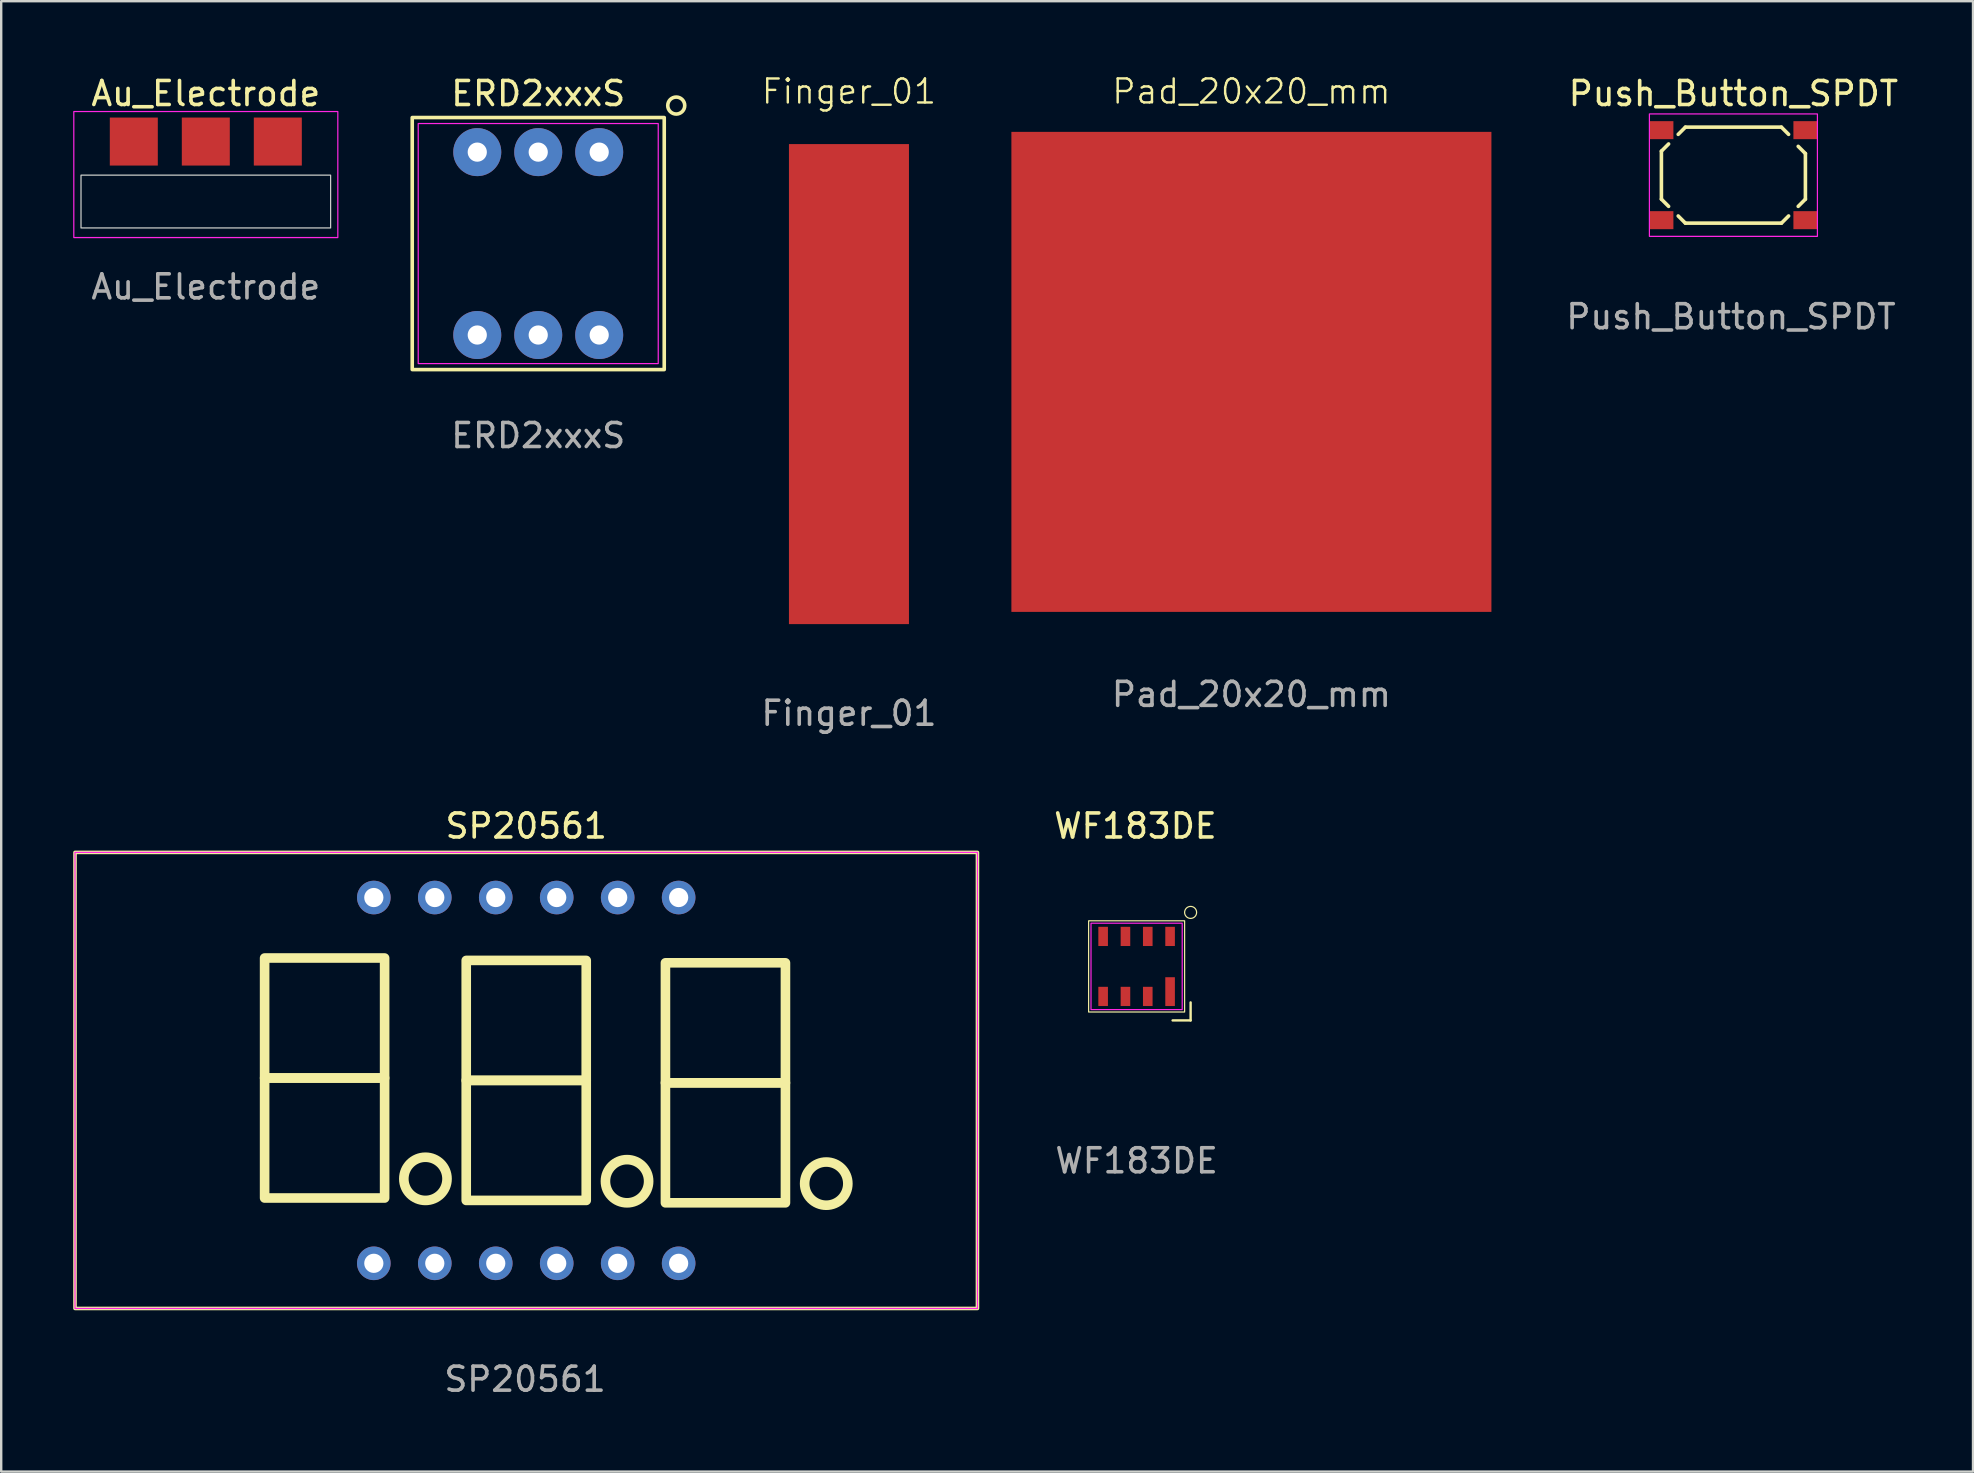
<source format=kicad_pcb>
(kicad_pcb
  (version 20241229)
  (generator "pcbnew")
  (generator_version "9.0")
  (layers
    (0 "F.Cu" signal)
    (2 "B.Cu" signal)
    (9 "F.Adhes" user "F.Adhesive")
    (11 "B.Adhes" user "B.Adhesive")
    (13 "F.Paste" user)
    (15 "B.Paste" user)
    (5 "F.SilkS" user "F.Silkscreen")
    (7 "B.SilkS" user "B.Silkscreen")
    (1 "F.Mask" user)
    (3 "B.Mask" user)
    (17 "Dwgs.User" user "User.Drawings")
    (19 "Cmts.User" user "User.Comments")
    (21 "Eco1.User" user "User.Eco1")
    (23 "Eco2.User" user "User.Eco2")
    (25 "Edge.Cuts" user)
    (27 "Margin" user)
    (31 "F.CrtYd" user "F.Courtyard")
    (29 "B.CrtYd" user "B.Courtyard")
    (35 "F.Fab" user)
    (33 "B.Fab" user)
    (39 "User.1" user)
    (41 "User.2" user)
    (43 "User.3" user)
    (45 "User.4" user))
  (footprint "Push_Button_SPDT"
    (layer "F.Cu")
    (at 69.171 4.248)
    (property "Reference" "Push_Button_SPDT" (at 0 -3.4 0) (unlocked yes) (layer "F.SilkS") (effects (font (size 1 1) (thickness 0.15))))
    (attr smd)
    (fp_line (start -3 -1) (end -2.7 -1.3) (stroke (width 0.15) (type default)) (layer "F.SilkS"))
    (fp_line (start -3 1) (end -3 -1) (stroke (width 0.15) (type default)) (layer "F.SilkS"))
    (fp_line (start -3 1) (end -2.7 1.3) (stroke (width 0.15) (type default)) (layer "F.SilkS"))
    (fp_line (start -2 -2) (end -2.3 -1.7) (stroke (width 0.15) (type default)) (layer "F.SilkS"))
    (fp_line (start -2 -2) (end 2 -2) (stroke (width 0.15) (type default)) (layer "F.SilkS"))
    (fp_line (start -2 2) (end -2.3 1.7) (stroke (width 0.15) (type default)) (layer "F.SilkS"))
    (fp_line (start 2 -2) (end 2.3 -1.7) (stroke (width 0.15) (type default)) (layer "F.SilkS"))
    (fp_line (start 2 2) (end -2 2) (stroke (width 0.15) (type default)) (layer "F.SilkS"))
    (fp_line (start 2 2) (end 2.3 1.7) (stroke (width 0.15) (type default)) (layer "F.SilkS"))
    (fp_line (start 3 -0.9) (end 2.7 -1.2) (stroke (width 0.15) (type default)) (layer "F.SilkS"))
    (fp_line (start 3 -0.9) (end 3 1) (stroke (width 0.15) (type default)) (layer "F.SilkS"))
    (fp_line (start 3 1) (end 2.7 1.3) (stroke (width 0.15) (type default)) (layer "F.SilkS"))
    (fp_rect (start -3.5 -2.55) (end 3.5 2.55) (stroke (width 0.05) (type default)) (fill no) (layer "F.CrtYd"))
    (fp_text user "${REFERENCE}" (at -0.1 5.9 0) (unlocked yes) (layer "F.Fab") (effects (font (size 1 1) (thickness 0.15))))
    (pad "1" smd rect (at -3 -1.875) (size 1 0.75) (layers "F.Cu" "F.Mask" "F.Paste"))
    (pad "2" smd rect (at 3 -1.875) (size 1 0.75) (layers "F.Cu" "F.Mask" "F.Paste"))
    (pad "3" smd rect (at -3 1.875) (size 1 0.75) (layers "F.Cu" "F.Mask" "F.Paste"))
    (pad "4" smd rect (at 3 1.875) (size 1 0.75) (layers "F.Cu" "F.Mask" "F.Paste")))
  (footprint "WF183DE"
    (layer "F.Cu")
    (at 44.306 37.215)
    (property "Reference" "WF183DE" (at -0.05 -5.85 0) (unlocked yes) (layer "F.SilkS") (effects (font (size 1 1) (thickness 0.15))))
    (attr smd)
    (fp_line (start 1.5 2.25) (end 2.25 2.25) (stroke (width 0.1) (type default)) (layer "F.SilkS"))
    (fp_line (start 2.25 2.25) (end 2.25 1.5) (stroke (width 0.1) (type default)) (layer "F.SilkS"))
    (fp_rect (start -2 -1.9) (end 2 1.9) (stroke (width 0.05) (type default)) (fill no) (layer "F.SilkS"))
    (fp_circle (center 2.25 -2.25) (end 2.5 -2.25) (stroke (width 0.05) (type default)) (fill no) (layer "F.SilkS"))
    (fp_rect (start -1.9 -1.8) (end 1.9 1.8) (stroke (width 0.05) (type default)) (fill no) (layer "F.CrtYd"))
    (fp_text user "${REFERENCE}" (at 0 8.1 0) (unlocked yes) (layer "F.Fab") (effects (font (size 1 1) (thickness 0.15))))
    (pad "1" smd rect (at 1.395 1.05) (size 0.4 1.2) (layers "F.Cu" "F.Mask" "F.Paste"))
    (pad "2" smd rect (at 0.465 1.25) (size 0.4 0.8) (layers "F.Cu" "F.Mask" "F.Paste"))
    (pad "3" smd rect (at -0.465 1.25) (size 0.4 0.8) (layers "F.Cu" "F.Mask" "F.Paste"))
    (pad "4" smd rect (at -1.395 1.25) (size 0.4 0.8) (layers "F.Cu" "F.Mask" "F.Paste"))
    (pad "5" smd rect (at -1.395 -1.25) (size 0.4 0.8) (layers "F.Cu" "F.Mask" "F.Paste"))
    (pad "6" smd rect (at -0.465 -1.25) (size 0.4 0.8) (layers "F.Cu" "F.Mask" "F.Paste"))
    (pad "7" smd rect (at 0.465 -1.25) (size 0.4 0.8) (layers "F.Cu" "F.Mask" "F.Paste"))
    (pad "8" smd rect (at 1.395 -1.25) (size 0.4 0.8) (layers "F.Cu" "F.Mask" "F.Paste")))
  (footprint "ERD2xxxS"
    (layer "F.Cu")
    (at 19.375 7.098)
    (property "Reference" "ERD2xxxS" (at 0 -6.25 0) (unlocked yes) (layer "F.SilkS") (effects (font (size 1 1) (thickness 0.15))))
    (attr smd)
    (fp_rect (start -5.25 -5.25) (end 5.25 5.25) (stroke (width 0.15) (type default)) (fill no) (layer "F.SilkS"))
    (fp_circle (center 5.75 -5.75) (end 6.104 -5.75) (stroke (width 0.15) (type default)) (fill no) (layer "F.SilkS"))
    (fp_rect (start -5 -5) (end 5 5) (stroke (width 0.05) (type default)) (fill no) (layer "F.CrtYd"))
    (fp_text user "${REFERENCE}" (at 0 8 0) (unlocked yes) (layer "F.Fab") (effects (font (size 1 1) (thickness 0.15))))
    (pad "1" thru_hole circle (at 2.54 -3.81) (size 2 2) (drill 0.8) (layers "*.Cu" "*.Mask"))
    (pad "2" thru_hole circle (at 0 -3.81) (size 2 2) (drill 0.8) (layers "*.Cu" "*.Mask"))
    (pad "3" thru_hole circle (at -2.54 -3.81) (size 2 2) (drill 0.8) (layers "*.Cu" "*.Mask"))
    (pad "4" thru_hole circle (at -2.54 3.81) (size 2 2) (drill 0.8) (layers "*.Cu" "*.Mask"))
    (pad "5" thru_hole circle (at 0 3.81) (size 2 2) (drill 0.8) (layers "*.Cu" "*.Mask"))
    (pad "6" thru_hole circle (at 2.54 3.81) (size 2 2) (drill 0.8) (layers "*.Cu" "*.Mask")))
  (footprint "Pad_20x20_mm"
    (layer "F.Cu")
    (at 49.089 12.444)
    (property "Reference" "Pad_20x20_mm" (at 0 -11.684 0) (unlocked yes) (layer "F.SilkS") (effects (font (size 1 1) (thickness 0.1))))
    (attr smd)
    (fp_text user "${REFERENCE}" (at 0 13.438 0) (unlocked yes) (layer "F.Fab") (effects (font (size 1 1) (thickness 0.15))))
    (pad "1" smd rect (at 0 0) (size 20 20) (layers "F.Cu" "F.Mask" "F.Paste")))
  (footprint "Finger_01"
    (layer "F.Cu")
    (at 32.321 12.953)
    (property "Reference" "Finger_01" (at 0 -12.192 0) (unlocked yes) (layer "F.SilkS") (effects (font (size 1 1) (thickness 0.1))))
    (attr smd)
    (fp_text user "${REFERENCE}" (at 0 13.716 0) (unlocked yes) (layer "F.Fab") (effects (font (size 1 1) (thickness 0.15))))
    (pad "1" smd rect (at 0 0) (size 5 20) (layers "F.Cu" "F.Mask" "F.Paste")))
  (footprint "SP20561"
    (layer "F.Cu")
    (at 18.875 41.965)
    (property "Reference" "SP20561" (at 0 -10.6 0) (unlocked yes) (layer "F.SilkS") (effects (font (size 1 1) (thickness 0.15))))
    (attr smd)
    (fp_rect (start -18.8 -9.5) (end 18.8 9.5) (stroke (width 0.15) (type default)) (fill no) (layer "F.SilkS"))
    (fp_rect (start -10.9 -5.1) (end -5.9 -0.1) (stroke (width 0.4) (type default)) (fill no) (layer "F.SilkS"))
    (fp_rect (start -10.9 -0.1) (end -5.9 4.9) (stroke (width 0.4) (type default)) (fill no) (layer "F.SilkS"))
    (fp_rect (start -2.5 -5) (end 2.5 0) (stroke (width 0.4) (type default)) (fill no) (layer "F.SilkS"))
    (fp_rect (start -2.5 0) (end 2.5 5) (stroke (width 0.4) (type default)) (fill no) (layer "F.SilkS"))
    (fp_rect (start 5.8 -4.9) (end 10.8 0.1) (stroke (width 0.4) (type default)) (fill no) (layer "F.SilkS"))
    (fp_rect (start 5.8 0.1) (end 10.8 5.1) (stroke (width 0.4) (type default)) (fill no) (layer "F.SilkS"))
    (fp_circle (center -4.2 4.1) (end -3.3 4.1) (stroke (width 0.4) (type default)) (fill no) (layer "F.SilkS"))
    (fp_circle (center 4.2 4.2) (end 5.1 4.2) (stroke (width 0.4) (type default)) (fill no) (layer "F.SilkS"))
    (fp_circle (center 12.5 4.3) (end 13.4 4.3) (stroke (width 0.4) (type default)) (fill no) (layer "F.SilkS"))
    (fp_rect (start -18.8 -9.5) (end 18.8 9.5) (stroke (width 0.05) (type default)) (fill no) (layer "F.CrtYd"))
    (fp_text user "${REFERENCE}" (at -0.05 12.45 0) (unlocked yes) (layer "F.Fab") (effects (font (size 1 1) (thickness 0.15))))
    (pad "1" thru_hole circle (at -6.35 7.62) (size 1.4 1.4) (drill 0.8) (layers "*.Cu" "*.Mask"))
    (pad "2" thru_hole circle (at -3.81 7.62) (size 1.4 1.4) (drill 0.8) (layers "*.Cu" "*.Mask"))
    (pad "3" thru_hole circle (at -1.27 7.62) (size 1.4 1.4) (drill 0.8) (layers "*.Cu" "*.Mask"))
    (pad "4" thru_hole circle (at 1.27 7.62) (size 1.4 1.4) (drill 0.8) (layers "*.Cu" "*.Mask"))
    (pad "5" thru_hole circle (at 3.81 7.62) (size 1.4 1.4) (drill 0.8) (layers "*.Cu" "*.Mask"))
    (pad "6" thru_hole circle (at 6.35 7.62) (size 1.4 1.4) (drill 0.8) (layers "*.Cu" "*.Mask"))
    (pad "7" thru_hole circle (at 6.35 -7.62) (size 1.4 1.4) (drill 0.8) (layers "*.Cu" "*.Mask"))
    (pad "8" thru_hole circle (at 3.81 -7.62) (size 1.4 1.4) (drill 0.8) (layers "*.Cu" "*.Mask"))
    (pad "9" thru_hole circle (at 1.27 -7.62) (size 1.4 1.4) (drill 0.8) (layers "*.Cu" "*.Mask"))
    (pad "10" thru_hole circle (at -1.27 -7.62) (size 1.4 1.4) (drill 0.8) (layers "*.Cu" "*.Mask"))
    (pad "11" thru_hole circle (at -3.81 -7.62) (size 1.4 1.4) (drill 0.8) (layers "*.Cu" "*.Mask"))
    (pad "12" thru_hole circle (at -6.35 -7.62) (size 1.4 1.4) (drill 0.8) (layers "*.Cu" "*.Mask")))
  (footprint "Au_Electrode"
    (layer "F.Cu")
    (at 5.525 5.348)
    (property "Reference" "Au_Electrode" (at 0 -4.5 0) (unlocked yes) (layer "F.SilkS") (effects (font (size 1 1) (thickness 0.15))))
    (attr smd)
    (fp_rect (start -5.2 -1.1) (end 5.2 1.1) (stroke (width 0.05) (type default)) (fill no) (layer "Edge.Cuts"))
    (fp_rect (start -5.5 -3.75) (end 5.5 1.5) (stroke (width 0.05) (type default)) (fill no) (layer "F.CrtYd"))
    (fp_text user "${REFERENCE}" (at 0 3.556 0) (unlocked yes) (layer "F.Fab") (effects (font (size 1 1) (thickness 0.15))))
    (pad "1" smd rect (at 0 -2.5) (size 2 2) (layers "F.Cu" "F.Mask" "F.Paste"))
    (pad "2" smd rect (at -3 -2.5) (size 2 2) (layers "F.Cu" "F.Mask" "F.Paste"))
    (pad "2" smd rect (at 3 -2.5) (size 2 2) (layers "F.Cu" "F.Mask" "F.Paste")))
  (gr_rect
    (start -3 -3)
    (end 79.154 58.263)
    (stroke (width 0.1) (type default))
    (fill no)
    (layer "Edge.Cuts")))
</source>
